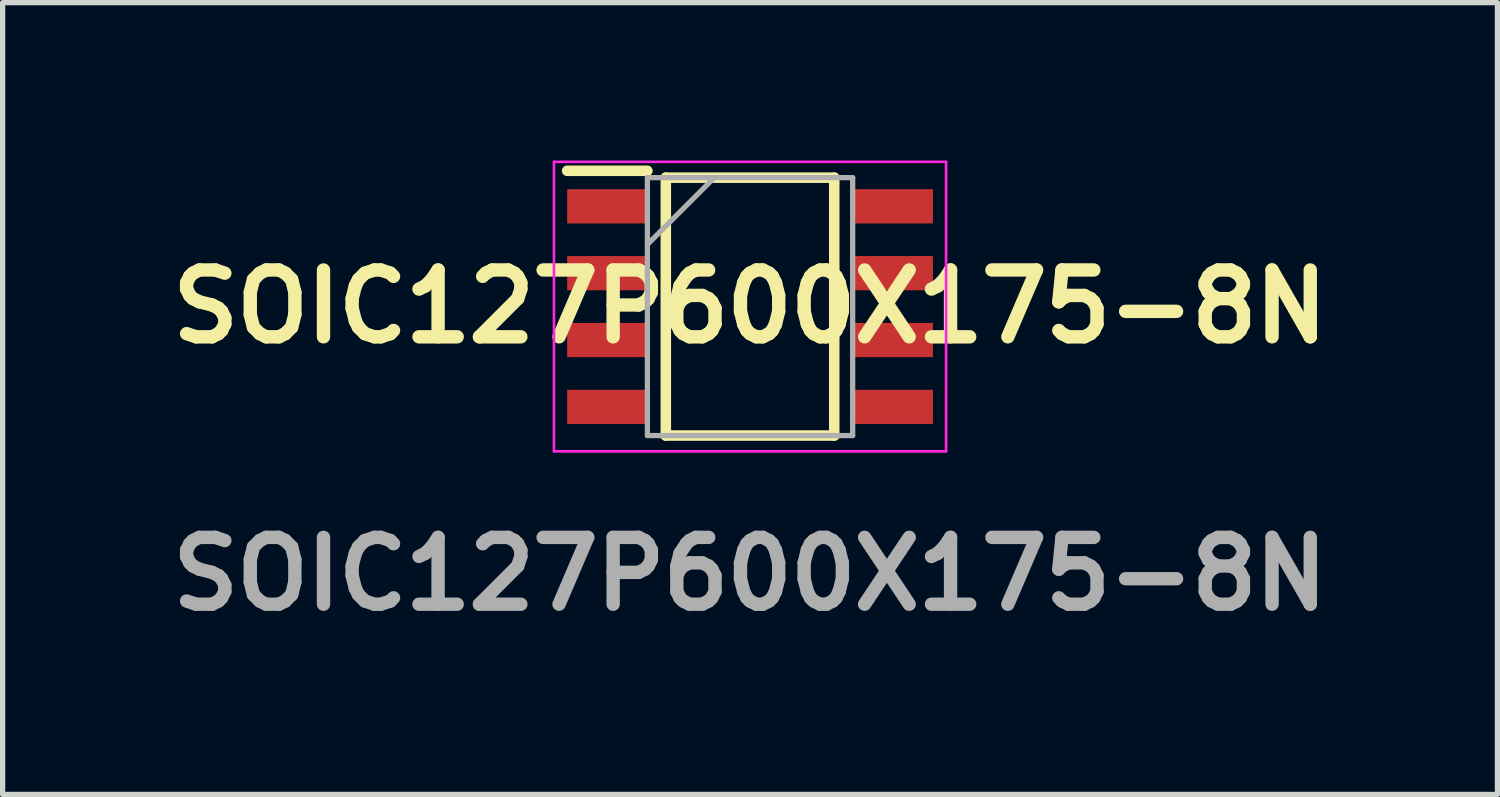
<source format=kicad_pcb>
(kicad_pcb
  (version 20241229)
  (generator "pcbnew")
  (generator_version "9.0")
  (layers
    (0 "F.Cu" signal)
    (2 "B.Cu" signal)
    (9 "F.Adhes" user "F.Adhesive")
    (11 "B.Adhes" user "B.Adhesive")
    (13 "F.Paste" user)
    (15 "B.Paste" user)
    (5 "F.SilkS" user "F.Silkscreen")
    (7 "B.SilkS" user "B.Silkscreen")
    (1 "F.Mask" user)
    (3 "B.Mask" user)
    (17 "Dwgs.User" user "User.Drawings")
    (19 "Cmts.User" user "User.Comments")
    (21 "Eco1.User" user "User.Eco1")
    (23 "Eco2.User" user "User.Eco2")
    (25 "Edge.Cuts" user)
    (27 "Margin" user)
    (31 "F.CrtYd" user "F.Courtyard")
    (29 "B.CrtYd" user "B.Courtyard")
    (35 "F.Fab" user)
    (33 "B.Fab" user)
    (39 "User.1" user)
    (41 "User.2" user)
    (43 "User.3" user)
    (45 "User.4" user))
  (footprint "SOIC127P600X175-8N"
    (layer "F.Cu")
    (at 11.2 2.775)
    (property "Reference" "SOIC127P600X175-8N" (at 0 0 0) (layer "F.SilkS") (effects (font (size 1.27 1.27) (thickness 0.254))))
    (attr smd)
    (fp_line (start -3.475 -2.58) (end -1.95 -2.58) (stroke (width 0.2) (type solid)) (layer "F.SilkS"))
    (fp_line (start -1.6 -2.45) (end 1.6 -2.45) (stroke (width 0.2) (type solid)) (layer "F.SilkS"))
    (fp_line (start -1.6 2.45) (end -1.6 -2.45) (stroke (width 0.2) (type solid)) (layer "F.SilkS"))
    (fp_line (start 1.6 -2.45) (end 1.6 2.45) (stroke (width 0.2) (type solid)) (layer "F.SilkS"))
    (fp_line (start 1.6 2.45) (end -1.6 2.45) (stroke (width 0.2) (type solid)) (layer "F.SilkS"))
    (fp_line (start -3.725 -2.75) (end 3.725 -2.75) (stroke (width 0.05) (type solid)) (layer "F.CrtYd"))
    (fp_line (start -3.725 2.75) (end -3.725 -2.75) (stroke (width 0.05) (type solid)) (layer "F.CrtYd"))
    (fp_line (start 3.725 -2.75) (end 3.725 2.75) (stroke (width 0.05) (type solid)) (layer "F.CrtYd"))
    (fp_line (start 3.725 2.75) (end -3.725 2.75) (stroke (width 0.05) (type solid)) (layer "F.CrtYd"))
    (fp_line (start -1.95 -2.45) (end 1.95 -2.45) (stroke (width 0.1) (type solid)) (layer "F.Fab"))
    (fp_line (start -1.95 -1.18) (end -0.68 -2.45) (stroke (width 0.1) (type solid)) (layer "F.Fab"))
    (fp_line (start -1.95 2.45) (end -1.95 -2.45) (stroke (width 0.1) (type solid)) (layer "F.Fab"))
    (fp_line (start 1.95 -2.45) (end 1.95 2.45) (stroke (width 0.1) (type solid)) (layer "F.Fab"))
    (fp_line (start 1.95 2.45) (end -1.95 2.45) (stroke (width 0.1) (type solid)) (layer "F.Fab"))
    (fp_text user "${REFERENCE}" (at 0 5.08 0) (layer "F.Fab") (effects (font (size 1.27 1.27) (thickness 0.254))))
    (pad "1" smd rect (at -2.712 -1.905 90) (size 0.65 1.525) (layers "F.Cu" "F.Mask" "F.Paste"))
    (pad "2" smd rect (at -2.712 -0.635 90) (size 0.65 1.525) (layers "F.Cu" "F.Mask" "F.Paste"))
    (pad "3" smd rect (at -2.712 0.635 90) (size 0.65 1.525) (layers "F.Cu" "F.Mask" "F.Paste"))
    (pad "4" smd rect (at -2.712 1.905 90) (size 0.65 1.525) (layers "F.Cu" "F.Mask" "F.Paste"))
    (pad "5" smd rect (at 2.712 1.905 90) (size 0.65 1.525) (layers "F.Cu" "F.Mask" "F.Paste"))
    (pad "6" smd rect (at 2.712 0.635 90) (size 0.65 1.525) (layers "F.Cu" "F.Mask" "F.Paste"))
    (pad "7" smd rect (at 2.712 -0.635 90) (size 0.65 1.525) (layers "F.Cu" "F.Mask" "F.Paste"))
    (pad "8" smd rect (at 2.712 -1.905 90) (size 0.65 1.525) (layers "F.Cu" "F.Mask" "F.Paste")))
  (gr_rect
    (start -3 -3)
    (end 25.4 12.044)
    (stroke (width 0.1) (type default))
    (fill no)
    (layer "Edge.Cuts")))
</source>
